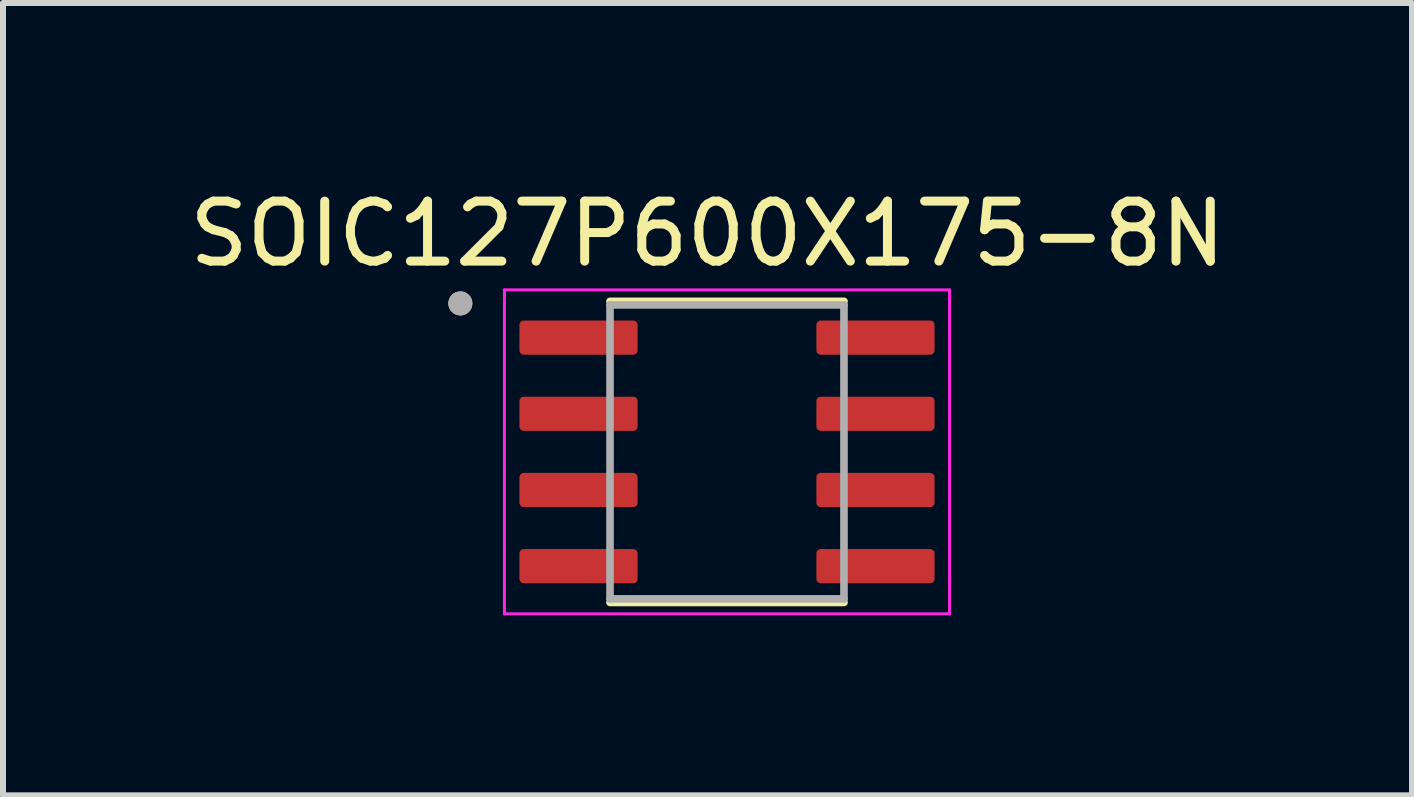
<source format=kicad_pcb>
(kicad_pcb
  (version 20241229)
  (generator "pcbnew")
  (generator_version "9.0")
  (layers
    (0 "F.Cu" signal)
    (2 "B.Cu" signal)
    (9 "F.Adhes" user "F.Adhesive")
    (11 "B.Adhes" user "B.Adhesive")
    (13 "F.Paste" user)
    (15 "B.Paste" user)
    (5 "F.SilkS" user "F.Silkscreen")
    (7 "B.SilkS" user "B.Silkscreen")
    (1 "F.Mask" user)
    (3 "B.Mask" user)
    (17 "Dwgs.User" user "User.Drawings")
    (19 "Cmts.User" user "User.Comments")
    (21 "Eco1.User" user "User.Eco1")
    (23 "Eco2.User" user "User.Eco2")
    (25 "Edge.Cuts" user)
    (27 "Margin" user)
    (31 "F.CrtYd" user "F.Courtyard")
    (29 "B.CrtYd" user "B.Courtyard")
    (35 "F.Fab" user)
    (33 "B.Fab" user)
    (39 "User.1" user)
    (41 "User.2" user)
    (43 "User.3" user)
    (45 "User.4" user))
  (footprint "SOIC127P600X175-8N"
    (layer "F.Cu")
    (at 9.069 4.483)
    (property "Reference" "SOIC127P600X175-8N" (at -0.325 -3.635 0) (layer "F.SilkS") (effects (font (size 1 1) (thickness 0.15))))
    (attr smd)
    (fp_line (start -1.95 -2.51) (end 1.95 -2.51) (stroke (width 0.127) (type solid)) (layer "F.SilkS"))
    (fp_line (start -1.95 2.51) (end 1.95 2.51) (stroke (width 0.127) (type solid)) (layer "F.SilkS"))
    (fp_circle (center -4.445 -2.475) (end -4.345 -2.475) (stroke (width 0.2) (type solid)) (fill no) (layer "F.SilkS"))
    (fp_line (start -3.71 -2.7) (end -3.71 2.7) (stroke (width 0.05) (type solid)) (layer "F.CrtYd"))
    (fp_line (start -3.71 -2.7) (end 3.71 -2.7) (stroke (width 0.05) (type solid)) (layer "F.CrtYd"))
    (fp_line (start -3.71 2.7) (end 3.71 2.7) (stroke (width 0.05) (type solid)) (layer "F.CrtYd"))
    (fp_line (start 3.71 -2.7) (end 3.71 2.7) (stroke (width 0.05) (type solid)) (layer "F.CrtYd"))
    (fp_line (start -1.95 -2.45) (end -1.95 2.45) (stroke (width 0.127) (type solid)) (layer "F.Fab"))
    (fp_line (start -1.95 -2.45) (end 1.95 -2.45) (stroke (width 0.127) (type solid)) (layer "F.Fab"))
    (fp_line (start -1.95 2.45) (end 1.95 2.45) (stroke (width 0.127) (type solid)) (layer "F.Fab"))
    (fp_line (start 1.95 -2.45) (end 1.95 2.45) (stroke (width 0.127) (type solid)) (layer "F.Fab"))
    (fp_circle (center -4.445 -2.475) (end -4.345 -2.475) (stroke (width 0.2) (type solid)) (fill no) (layer "F.Fab"))
    (pad "1" smd roundrect (at -2.475 -1.905) (size 1.97 0.57) (layers "F.Cu" "F.Mask" "F.Paste") (roundrect_rratio 0.125))
    (pad "2" smd roundrect (at -2.475 -0.635) (size 1.97 0.57) (layers "F.Cu" "F.Mask" "F.Paste") (roundrect_rratio 0.125))
    (pad "3" smd roundrect (at -2.475 0.635) (size 1.97 0.57) (layers "F.Cu" "F.Mask" "F.Paste") (roundrect_rratio 0.125))
    (pad "4" smd roundrect (at -2.475 1.905) (size 1.97 0.57) (layers "F.Cu" "F.Mask" "F.Paste") (roundrect_rratio 0.125))
    (pad "5" smd roundrect (at 2.475 1.905) (size 1.97 0.57) (layers "F.Cu" "F.Mask" "F.Paste") (roundrect_rratio 0.125))
    (pad "6" smd roundrect (at 2.475 0.635) (size 1.97 0.57) (layers "F.Cu" "F.Mask" "F.Paste") (roundrect_rratio 0.125))
    (pad "7" smd roundrect (at 2.475 -0.635) (size 1.97 0.57) (layers "F.Cu" "F.Mask" "F.Paste") (roundrect_rratio 0.125))
    (pad "8" smd roundrect (at 2.475 -1.905) (size 1.97 0.57) (layers "F.Cu" "F.Mask" "F.Paste") (roundrect_rratio 0.125)))
  (gr_rect
    (start -3 -3)
    (end 20.488 10.208)
    (stroke (width 0.1) (type default))
    (fill no)
    (layer "Edge.Cuts")))
</source>
